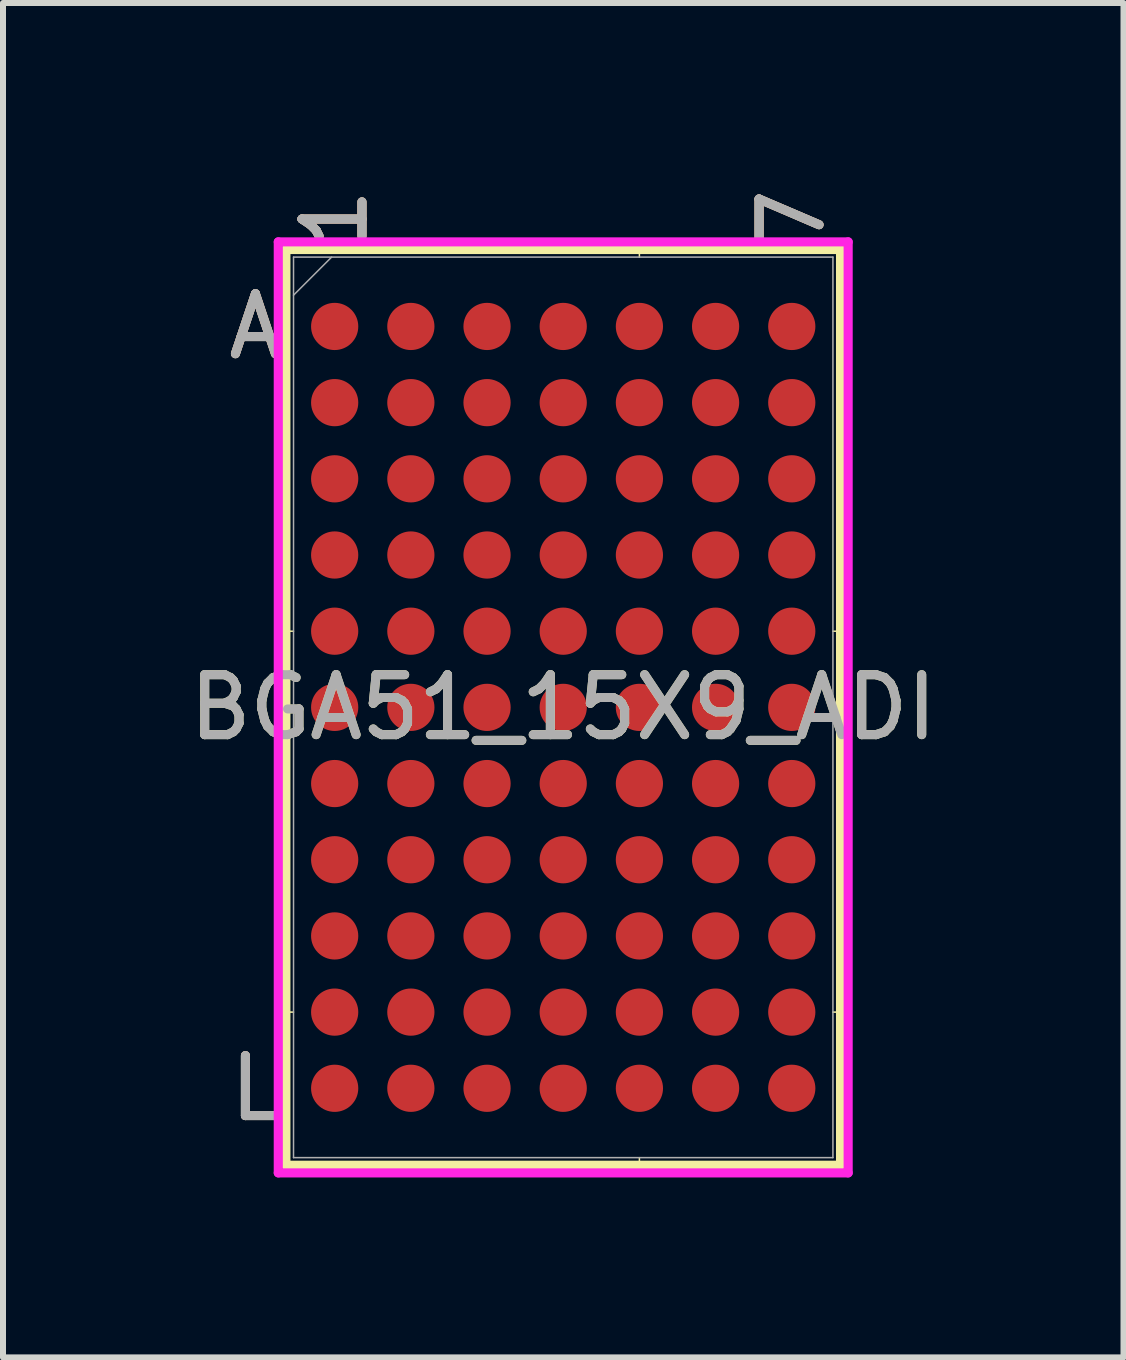
<source format=kicad_pcb>
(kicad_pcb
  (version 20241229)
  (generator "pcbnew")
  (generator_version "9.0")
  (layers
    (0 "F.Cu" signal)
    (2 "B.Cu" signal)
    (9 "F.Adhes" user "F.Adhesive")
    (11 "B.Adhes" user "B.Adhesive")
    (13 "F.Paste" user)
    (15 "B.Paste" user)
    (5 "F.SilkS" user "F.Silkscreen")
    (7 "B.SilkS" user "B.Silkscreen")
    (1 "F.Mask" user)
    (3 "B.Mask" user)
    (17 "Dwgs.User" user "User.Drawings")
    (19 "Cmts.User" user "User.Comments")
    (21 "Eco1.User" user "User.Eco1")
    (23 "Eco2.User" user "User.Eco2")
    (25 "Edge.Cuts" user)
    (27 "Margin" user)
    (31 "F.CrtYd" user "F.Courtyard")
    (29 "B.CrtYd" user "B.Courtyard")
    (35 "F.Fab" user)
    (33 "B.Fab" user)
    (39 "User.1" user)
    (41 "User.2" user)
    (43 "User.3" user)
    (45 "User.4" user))
  (footprint "BGA51_15X9_ADI"
    (layer "F.Cu")
    (at 6.339 8.742)
    (property "Reference" "BGA51_15X9_ADI" (at 0 0 0) (unlocked yes) (layer "F.SilkS") (effects (font (size 1 1) (thickness 0.15))))
    (attr smd)
    (fp_line (start -4.623 -7.633) (end -4.623 7.633) (stroke (width 0.152) (type solid)) (layer "F.SilkS"))
    (fp_line (start -4.623 7.633) (end 4.623 7.633) (stroke (width 0.152) (type solid)) (layer "F.SilkS"))
    (fp_line (start -4.496 -1.27) (end -4.75 -1.27) (stroke (width 0.025) (type solid)) (layer "F.SilkS"))
    (fp_line (start -4.496 5.08) (end -4.75 5.08) (stroke (width 0.025) (type solid)) (layer "F.SilkS"))
    (fp_line (start 1.27 -7.506) (end 1.27 -7.76) (stroke (width 0.025) (type solid)) (layer "F.SilkS"))
    (fp_line (start 1.27 7.506) (end 1.27 7.76) (stroke (width 0.025) (type solid)) (layer "F.SilkS"))
    (fp_line (start 4.496 -1.27) (end 4.75 -1.27) (stroke (width 0.025) (type solid)) (layer "F.SilkS"))
    (fp_line (start 4.496 5.08) (end 4.75 5.08) (stroke (width 0.025) (type solid)) (layer "F.SilkS"))
    (fp_line (start 4.623 -7.633) (end -4.623 -7.633) (stroke (width 0.152) (type solid)) (layer "F.SilkS"))
    (fp_line (start 4.623 7.633) (end 4.623 -7.633) (stroke (width 0.152) (type solid)) (layer "F.SilkS"))
    (fp_poly (pts (xy -4.953 -7.493) (xy 4.953 -7.493) (xy 4.953 7.493) (xy -4.953 7.493)) (stroke (width 0.1) (type solid)) (fill no) (layer "Eco2.User"))
    (fp_line (start -4.75 -7.76) (end 4.75 -7.76) (stroke (width 0.152) (type solid)) (layer "F.CrtYd"))
    (fp_line (start -4.75 7.76) (end -4.75 -7.76) (stroke (width 0.152) (type solid)) (layer "F.CrtYd"))
    (fp_line (start 4.75 -7.76) (end 4.75 7.76) (stroke (width 0.152) (type solid)) (layer "F.CrtYd"))
    (fp_line (start 4.75 7.76) (end -4.75 7.76) (stroke (width 0.152) (type solid)) (layer "F.CrtYd"))
    (fp_line (start -4.496 -7.506) (end -4.496 7.506) (stroke (width 0.025) (type solid)) (layer "F.Fab"))
    (fp_line (start -4.496 7.506) (end 4.496 7.506) (stroke (width 0.025) (type solid)) (layer "F.Fab"))
    (fp_line (start -3.861 -7.506) (end -4.496 -6.871) (stroke (width 0.025) (type solid)) (layer "F.Fab"))
    (fp_line (start 4.496 -7.506) (end -4.496 -7.506) (stroke (width 0.025) (type solid)) (layer "F.Fab"))
    (fp_line (start 4.496 7.506) (end 4.496 -7.506) (stroke (width 0.025) (type solid)) (layer "F.Fab"))
    (fp_text user "A" (at -5.131 -6.35 0) (unlocked yes) (layer "F.SilkS") (effects (font (size 1 1) (thickness 0.15))))
    (fp_text user "7" (at 3.81 -8.141 90) (unlocked yes) (layer "F.SilkS") (effects (font (size 1 1) (thickness 0.15))))
    (fp_text user "L" (at -5.131 6.35 0) (unlocked yes) (layer "F.SilkS") (effects (font (size 1 1) (thickness 0.15))))
    (fp_text user "1" (at -3.81 -8.141 90) (unlocked yes) (layer "F.SilkS") (effects (font (size 1 1) (thickness 0.15))))
    (fp_text user "7" (at 3.81 -8.141 90) (unlocked yes) (layer "B.SilkS") (effects (font (size 1 1) (thickness 0.15))))
    (fp_text user "1" (at -3.81 -8.141 90) (unlocked yes) (layer "B.SilkS") (effects (font (size 1 1) (thickness 0.15))))
    (fp_text user "A" (at -5.131 -6.35 0) (unlocked yes) (layer "B.SilkS") (effects (font (size 1 1) (thickness 0.15))))
    (fp_text user "L" (at -5.131 6.35 0) (unlocked yes) (layer "B.SilkS") (effects (font (size 1 1) (thickness 0.15))))
    (fp_text user "L" (at -5.131 6.35 0) (unlocked yes) (layer "F.Fab") (effects (font (size 1 1) (thickness 0.15))))
    (fp_text user "1" (at -3.81 -8.141 90) (unlocked yes) (layer "F.Fab") (effects (font (size 1 1) (thickness 0.15))))
    (fp_text user "${REFERENCE}" (at 0 0 0) (unlocked yes) (layer "F.Fab") (effects (font (size 1 1) (thickness 0.15))))
    (fp_text user "7" (at 3.81 -8.141 90) (unlocked yes) (layer "F.Fab") (effects (font (size 1 1) (thickness 0.15))))
    (fp_text user "A" (at -5.131 -6.35 0) (unlocked yes) (layer "F.Fab") (effects (font (size 1 1) (thickness 0.15))))
    (pad "A1" smd circle (at -3.81 -6.35) (size 0.787 0.787) (layers "F.Cu" "F.Mask" "F.Paste"))
    (pad "A2" smd circle (at -2.54 -6.35) (size 0.787 0.787) (layers "F.Cu" "F.Mask" "F.Paste"))
    (pad "A3" smd circle (at -1.27 -6.35) (size 0.787 0.787) (layers "F.Cu" "F.Mask" "F.Paste"))
    (pad "A4" smd circle (at 0 -6.35) (size 0.787 0.787) (layers "F.Cu" "F.Mask" "F.Paste"))
    (pad "A5" smd circle (at 1.27 -6.35) (size 0.787 0.787) (layers "F.Cu" "F.Mask" "F.Paste"))
    (pad "A6" smd circle (at 2.54 -6.35) (size 0.787 0.787) (layers "F.Cu" "F.Mask" "F.Paste"))
    (pad "A7" smd circle (at 3.81 -6.35) (size 0.787 0.787) (layers "F.Cu" "F.Mask" "F.Paste"))
    (pad "B1" smd circle (at -3.81 -5.08) (size 0.787 0.787) (layers "F.Cu" "F.Mask" "F.Paste"))
    (pad "B2" smd circle (at -2.54 -5.08) (size 0.787 0.787) (layers "F.Cu" "F.Mask" "F.Paste"))
    (pad "B3" smd circle (at -1.27 -5.08) (size 0.787 0.787) (layers "F.Cu" "F.Mask" "F.Paste"))
    (pad "B4" smd circle (at 0 -5.08) (size 0.787 0.787) (layers "F.Cu" "F.Mask" "F.Paste"))
    (pad "B5" smd circle (at 1.27 -5.08) (size 0.787 0.787) (layers "F.Cu" "F.Mask" "F.Paste"))
    (pad "B6" smd circle (at 2.54 -5.08) (size 0.787 0.787) (layers "F.Cu" "F.Mask" "F.Paste"))
    (pad "B7" smd circle (at 3.81 -5.08) (size 0.787 0.787) (layers "F.Cu" "F.Mask" "F.Paste"))
    (pad "C1" smd circle (at -3.81 -3.81) (size 0.787 0.787) (layers "F.Cu" "F.Mask" "F.Paste"))
    (pad "C2" smd circle (at -2.54 -3.81) (size 0.787 0.787) (layers "F.Cu" "F.Mask" "F.Paste"))
    (pad "C3" smd circle (at -1.27 -3.81) (size 0.787 0.787) (layers "F.Cu" "F.Mask" "F.Paste"))
    (pad "C4" smd circle (at 0 -3.81) (size 0.787 0.787) (layers "F.Cu" "F.Mask" "F.Paste"))
    (pad "C5" smd circle (at 1.27 -3.81) (size 0.787 0.787) (layers "F.Cu" "F.Mask" "F.Paste"))
    (pad "C6" smd circle (at 2.54 -3.81) (size 0.787 0.787) (layers "F.Cu" "F.Mask" "F.Paste"))
    (pad "C7" smd circle (at 3.81 -3.81) (size 0.787 0.787) (layers "F.Cu" "F.Mask" "F.Paste"))
    (pad "D1" smd circle (at -3.81 -2.54) (size 0.787 0.787) (layers "F.Cu" "F.Mask" "F.Paste"))
    (pad "D2" smd circle (at -2.54 -2.54) (size 0.787 0.787) (layers "F.Cu" "F.Mask" "F.Paste"))
    (pad "D3" smd circle (at -1.27 -2.54) (size 0.787 0.787) (layers "F.Cu" "F.Mask" "F.Paste"))
    (pad "D4" smd circle (at 0 -2.54) (size 0.787 0.787) (layers "F.Cu" "F.Mask" "F.Paste"))
    (pad "D5" smd circle (at 1.27 -2.54) (size 0.787 0.787) (layers "F.Cu" "F.Mask" "F.Paste"))
    (pad "D6" smd circle (at 2.54 -2.54) (size 0.787 0.787) (layers "F.Cu" "F.Mask" "F.Paste"))
    (pad "D7" smd circle (at 3.81 -2.54) (size 0.787 0.787) (layers "F.Cu" "F.Mask" "F.Paste"))
    (pad "E1" smd circle (at -3.81 -1.27) (size 0.787 0.787) (layers "F.Cu" "F.Mask" "F.Paste"))
    (pad "E2" smd circle (at -2.54 -1.27) (size 0.787 0.787) (layers "F.Cu" "F.Mask" "F.Paste"))
    (pad "E3" smd circle (at -1.27 -1.27) (size 0.787 0.787) (layers "F.Cu" "F.Mask" "F.Paste"))
    (pad "E4" smd circle (at 0 -1.27) (size 0.787 0.787) (layers "F.Cu" "F.Mask" "F.Paste"))
    (pad "E5" smd circle (at 1.27 -1.27) (size 0.787 0.787) (layers "F.Cu" "F.Mask" "F.Paste"))
    (pad "E6" smd circle (at 2.54 -1.27) (size 0.787 0.787) (layers "F.Cu" "F.Mask" "F.Paste"))
    (pad "E7" smd circle (at 3.81 -1.27) (size 0.787 0.787) (layers "F.Cu" "F.Mask" "F.Paste"))
    (pad "F1" smd circle (at -3.81 0) (size 0.787 0.787) (layers "F.Cu" "F.Mask" "F.Paste"))
    (pad "F2" smd circle (at -2.54 0) (size 0.787 0.787) (layers "F.Cu" "F.Mask" "F.Paste"))
    (pad "F3" smd circle (at -1.27 0) (size 0.787 0.787) (layers "F.Cu" "F.Mask" "F.Paste"))
    (pad "F4" smd circle (at 0 0) (size 0.787 0.787) (layers "F.Cu" "F.Mask" "F.Paste"))
    (pad "F5" smd circle (at 1.27 0) (size 0.787 0.787) (layers "F.Cu" "F.Mask" "F.Paste"))
    (pad "F6" smd circle (at 2.54 0) (size 0.787 0.787) (layers "F.Cu" "F.Mask" "F.Paste"))
    (pad "F7" smd circle (at 3.81 0) (size 0.787 0.787) (layers "F.Cu" "F.Mask" "F.Paste"))
    (pad "G1" smd circle (at -3.81 1.27) (size 0.787 0.787) (layers "F.Cu" "F.Mask" "F.Paste"))
    (pad "G2" smd circle (at -2.54 1.27) (size 0.787 0.787) (layers "F.Cu" "F.Mask" "F.Paste"))
    (pad "G3" smd circle (at -1.27 1.27) (size 0.787 0.787) (layers "F.Cu" "F.Mask" "F.Paste"))
    (pad "G4" smd circle (at 0 1.27) (size 0.787 0.787) (layers "F.Cu" "F.Mask" "F.Paste"))
    (pad "G5" smd circle (at 1.27 1.27) (size 0.787 0.787) (layers "F.Cu" "F.Mask" "F.Paste"))
    (pad "G6" smd circle (at 2.54 1.27) (size 0.787 0.787) (layers "F.Cu" "F.Mask" "F.Paste"))
    (pad "G7" smd circle (at 3.81 1.27) (size 0.787 0.787) (layers "F.Cu" "F.Mask" "F.Paste"))
    (pad "H1" smd circle (at -3.81 2.54) (size 0.787 0.787) (layers "F.Cu" "F.Mask" "F.Paste"))
    (pad "H2" smd circle (at -2.54 2.54) (size 0.787 0.787) (layers "F.Cu" "F.Mask" "F.Paste"))
    (pad "H3" smd circle (at -1.27 2.54) (size 0.787 0.787) (layers "F.Cu" "F.Mask" "F.Paste"))
    (pad "H4" smd circle (at 0 2.54) (size 0.787 0.787) (layers "F.Cu" "F.Mask" "F.Paste"))
    (pad "H5" smd circle (at 1.27 2.54) (size 0.787 0.787) (layers "F.Cu" "F.Mask" "F.Paste"))
    (pad "H6" smd circle (at 2.54 2.54) (size 0.787 0.787) (layers "F.Cu" "F.Mask" "F.Paste"))
    (pad "H7" smd circle (at 3.81 2.54) (size 0.787 0.787) (layers "F.Cu" "F.Mask" "F.Paste"))
    (pad "J1" smd circle (at -3.81 3.81) (size 0.787 0.787) (layers "F.Cu" "F.Mask" "F.Paste"))
    (pad "J2" smd circle (at -2.54 3.81) (size 0.787 0.787) (layers "F.Cu" "F.Mask" "F.Paste"))
    (pad "J3" smd circle (at -1.27 3.81) (size 0.787 0.787) (layers "F.Cu" "F.Mask" "F.Paste"))
    (pad "J4" smd circle (at 0 3.81) (size 0.787 0.787) (layers "F.Cu" "F.Mask" "F.Paste"))
    (pad "J5" smd circle (at 1.27 3.81) (size 0.787 0.787) (layers "F.Cu" "F.Mask" "F.Paste"))
    (pad "J6" smd circle (at 2.54 3.81) (size 0.787 0.787) (layers "F.Cu" "F.Mask" "F.Paste"))
    (pad "J7" smd circle (at 3.81 3.81) (size 0.787 0.787) (layers "F.Cu" "F.Mask" "F.Paste"))
    (pad "K1" smd circle (at -3.81 5.08) (size 0.787 0.787) (layers "F.Cu" "F.Mask" "F.Paste"))
    (pad "K2" smd circle (at -2.54 5.08) (size 0.787 0.787) (layers "F.Cu" "F.Mask" "F.Paste"))
    (pad "K3" smd circle (at -1.27 5.08) (size 0.787 0.787) (layers "F.Cu" "F.Mask" "F.Paste"))
    (pad "K4" smd circle (at 0 5.08) (size 0.787 0.787) (layers "F.Cu" "F.Mask" "F.Paste"))
    (pad "K5" smd circle (at 1.27 5.08) (size 0.787 0.787) (layers "F.Cu" "F.Mask" "F.Paste"))
    (pad "K6" smd circle (at 2.54 5.08) (size 0.787 0.787) (layers "F.Cu" "F.Mask" "F.Paste"))
    (pad "K7" smd circle (at 3.81 5.08) (size 0.787 0.787) (layers "F.Cu" "F.Mask" "F.Paste"))
    (pad "L1" smd circle (at -3.81 6.35) (size 0.787 0.787) (layers "F.Cu" "F.Mask" "F.Paste"))
    (pad "L2" smd circle (at -2.54 6.35) (size 0.787 0.787) (layers "F.Cu" "F.Mask" "F.Paste"))
    (pad "L3" smd circle (at -1.27 6.35) (size 0.787 0.787) (layers "F.Cu" "F.Mask" "F.Paste"))
    (pad "L4" smd circle (at 0 6.35) (size 0.787 0.787) (layers "F.Cu" "F.Mask" "F.Paste"))
    (pad "L5" smd circle (at 1.27 6.35) (size 0.787 0.787) (layers "F.Cu" "F.Mask" "F.Paste"))
    (pad "L6" smd circle (at 2.54 6.35) (size 0.787 0.787) (layers "F.Cu" "F.Mask" "F.Paste"))
    (pad "L7" smd circle (at 3.81 6.35) (size 0.787 0.787) (layers "F.Cu" "F.Mask" "F.Paste")))
  (gr_rect
    (start -3 -3)
    (end 15.679 19.578)
    (stroke (width 0.1) (type default))
    (fill no)
    (layer "Edge.Cuts")))
</source>
